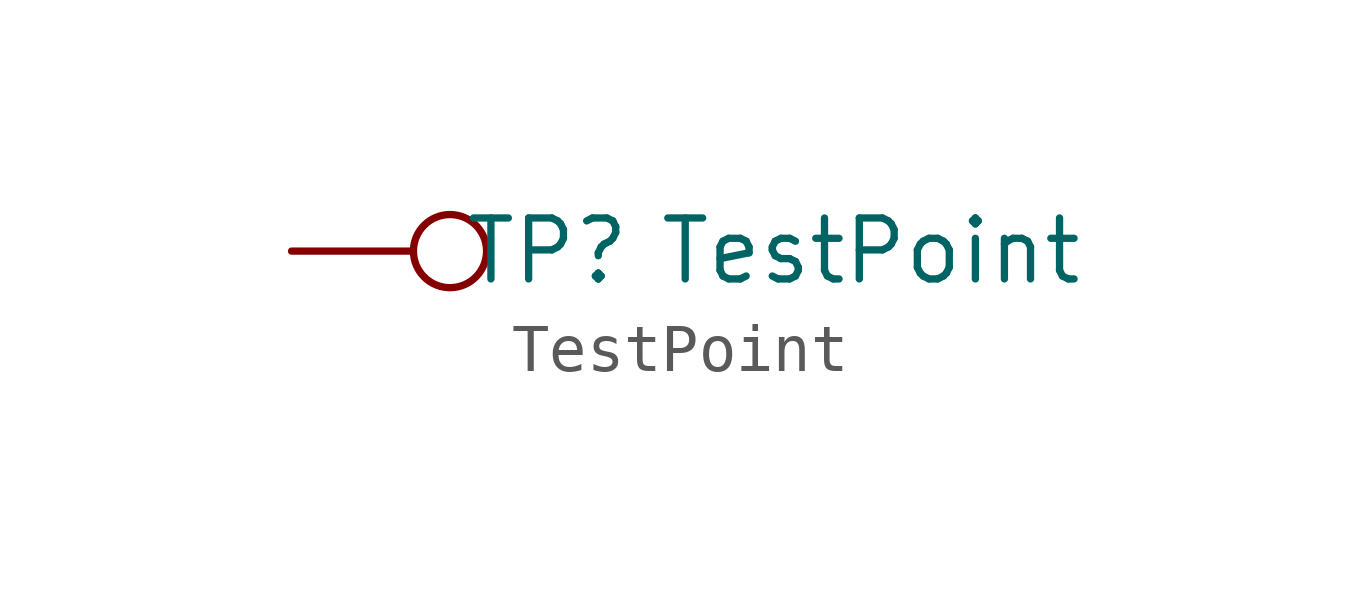
<source format=kicad_sym>
(kicad_symbol_lib
  (version 20231120)
  (generator "kicad_symbol_editor")
  (generator_version "8.0")
  (symbol "TestPoint"
    (pin_numbers hide)
    (pin_names
      (offset 0.762) hide)
    (property "Reference" "TP"
      (at 5.334 0 0)
      (effects (font (size 1.27 1.27))))
    (property "Value" "TestPoint"
      (at 7.62 0 0)
      (effects (font (size 1.27 1.27)) (justify left)))
    (symbol "TestPoint_0_1"
      (circle (center 3.302 0) (radius 0.762) (stroke (width 0) (type default)) (fill (type none))))
    (symbol "TestPoint_1_1"
      (pin passive line (at 0 0 0) (length 2.54) (name "1" (effects (font (size 1.27 1.27)))) (number "1" (effects (font (size 1.27 1.27))))))))
</source>
